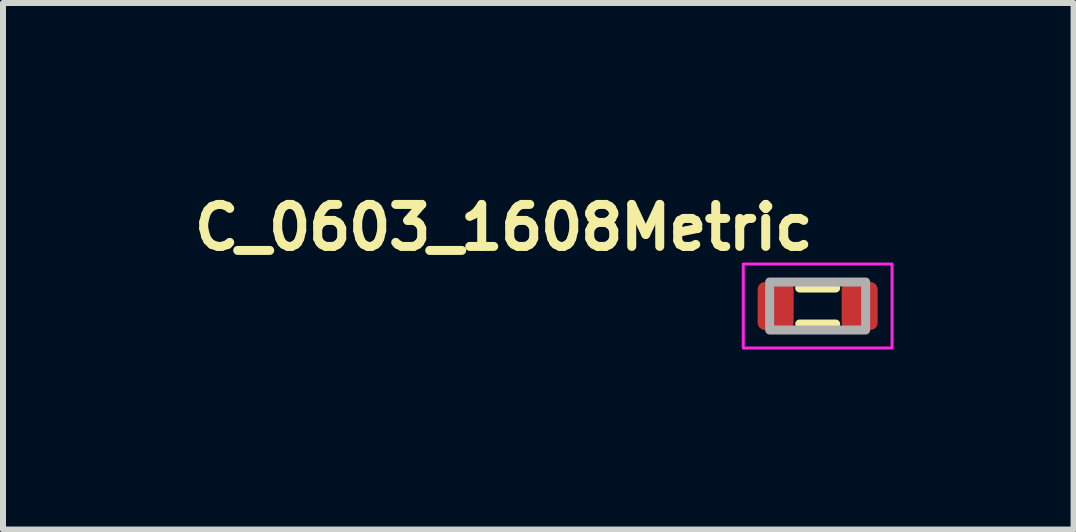
<source format=kicad_pcb>
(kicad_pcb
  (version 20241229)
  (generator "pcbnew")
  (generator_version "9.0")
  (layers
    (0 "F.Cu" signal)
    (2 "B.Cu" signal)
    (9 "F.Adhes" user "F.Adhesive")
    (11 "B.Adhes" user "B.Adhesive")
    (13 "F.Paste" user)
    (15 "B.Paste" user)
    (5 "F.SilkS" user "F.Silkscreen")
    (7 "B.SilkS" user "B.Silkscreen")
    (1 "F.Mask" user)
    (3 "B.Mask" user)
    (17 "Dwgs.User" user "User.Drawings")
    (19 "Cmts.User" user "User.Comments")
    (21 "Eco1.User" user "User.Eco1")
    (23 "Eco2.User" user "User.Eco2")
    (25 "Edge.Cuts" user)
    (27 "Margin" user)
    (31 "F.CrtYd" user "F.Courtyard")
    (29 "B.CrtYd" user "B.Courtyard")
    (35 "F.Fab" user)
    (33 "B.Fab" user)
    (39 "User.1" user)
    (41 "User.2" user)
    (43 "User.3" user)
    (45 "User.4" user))
  (footprint "C_0603_1608Metric"
    (layer "F.Cu")
    (at 10.577 2.05)
    (property "Reference" "C_0603_1608Metric" (at 0 -0.9 0) (layer "F.SilkS") (effects (font (size 0.7 0.7) (thickness 0.15)) (justify right bottom)))
    (attr smd)
    (fp_line (start -0.3 -0.3) (end 0.3 -0.3) (stroke (width 0.15) (type solid)) (layer "F.SilkS"))
    (fp_line (start -0.3 0.3) (end 0.3 0.3) (stroke (width 0.15) (type solid)) (layer "F.SilkS"))
    (fp_rect (start -1.24 -0.7) (end 1.24 0.7) (stroke (width 0.05) (type solid)) (fill no) (layer "F.CrtYd"))
    (fp_rect (start -0.8 -0.4) (end 0.8 0.4) (stroke (width 0.15) (type solid)) (fill no) (layer "F.Fab"))
    (fp_rect (start -0.8 -0.45) (end 0.8 0.45) (stroke (width 0.1) (type solid)) (fill no) (layer "User.5"))
    (fp_line (start -0.801 -0.434) (end -0.801 -0.434) (stroke (width 0.02) (type solid)) (layer "User.9"))
    (fp_line (start -0.801 -0.434) (end -0.801 0.432) (stroke (width 0.02) (type solid)) (layer "User.9"))
    (fp_line (start -0.801 -0.434) (end -0.8 -0.434) (stroke (width 0.02) (type solid)) (layer "User.9"))
    (fp_line (start -0.801 0.432) (end -0.801 0.432) (stroke (width 0.02) (type solid)) (layer "User.9"))
    (fp_line (start -0.801 0.432) (end -0.8 0.433) (stroke (width 0.02) (type solid)) (layer "User.9"))
    (fp_line (start -0.8 -0.44) (end -0.8 -0.439) (stroke (width 0.02) (type solid)) (layer "User.9"))
    (fp_line (start -0.8 -0.439) (end -0.8 -0.438) (stroke (width 0.02) (type solid)) (layer "User.9"))
    (fp_line (start -0.8 -0.438) (end -0.8 -0.438) (stroke (width 0.02) (type solid)) (layer "User.9"))
    (fp_line (start -0.8 -0.438) (end -0.8 -0.437) (stroke (width 0.02) (type solid)) (layer "User.9"))
    (fp_line (start -0.8 -0.437) (end -0.8 -0.436) (stroke (width 0.02) (type solid)) (layer "User.9"))
    (fp_line (start -0.8 -0.436) (end -0.8 -0.435) (stroke (width 0.02) (type solid)) (layer "User.9"))
    (fp_line (start -0.8 -0.435) (end -0.801 -0.434) (stroke (width 0.02) (type solid)) (layer "User.9"))
    (fp_line (start -0.8 -0.434) (end -0.8 -0.433) (stroke (width 0.02) (type solid)) (layer "User.9"))
    (fp_line (start -0.8 -0.433) (end -0.8 -0.432) (stroke (width 0.02) (type solid)) (layer "User.9"))
    (fp_line (start -0.8 -0.432) (end -0.8 -0.431) (stroke (width 0.02) (type solid)) (layer "User.9"))
    (fp_line (start -0.8 -0.431) (end -0.8 -0.431) (stroke (width 0.02) (type solid)) (layer "User.9"))
    (fp_line (start -0.8 -0.431) (end -0.8 -0.43) (stroke (width 0.02) (type solid)) (layer "User.9"))
    (fp_line (start -0.8 -0.43) (end -0.8 -0.429) (stroke (width 0.02) (type solid)) (layer "User.9"))
    (fp_line (start -0.8 -0.429) (end -0.799 -0.428) (stroke (width 0.02) (type solid)) (layer "User.9"))
    (fp_line (start -0.8 0.427) (end -0.8 0.428) (stroke (width 0.02) (type solid)) (layer "User.9"))
    (fp_line (start -0.8 0.428) (end -0.8 0.429) (stroke (width 0.02) (type solid)) (layer "User.9"))
    (fp_line (start -0.8 0.429) (end -0.8 0.429) (stroke (width 0.02) (type solid)) (layer "User.9"))
    (fp_line (start -0.8 0.429) (end -0.8 0.43) (stroke (width 0.02) (type solid)) (layer "User.9"))
    (fp_line (start -0.8 0.43) (end -0.8 0.431) (stroke (width 0.02) (type solid)) (layer "User.9"))
    (fp_line (start -0.8 0.431) (end -0.8 0.432) (stroke (width 0.02) (type solid)) (layer "User.9"))
    (fp_line (start -0.8 0.432) (end -0.801 0.432) (stroke (width 0.02) (type solid)) (layer "User.9"))
    (fp_line (start -0.8 0.433) (end -0.8 0.434) (stroke (width 0.02) (type solid)) (layer "User.9"))
    (fp_line (start -0.8 0.434) (end -0.8 0.435) (stroke (width 0.02) (type solid)) (layer "User.9"))
    (fp_line (start -0.8 0.435) (end -0.8 0.436) (stroke (width 0.02) (type solid)) (layer "User.9"))
    (fp_line (start -0.8 0.436) (end -0.8 0.436) (stroke (width 0.02) (type solid)) (layer "User.9"))
    (fp_line (start -0.8 0.436) (end -0.8 0.437) (stroke (width 0.02) (type solid)) (layer "User.9"))
    (fp_line (start -0.8 0.437) (end -0.8 0.438) (stroke (width 0.02) (type solid)) (layer "User.9"))
    (fp_line (start -0.8 0.438) (end -0.799 0.439) (stroke (width 0.02) (type solid)) (layer "User.9"))
    (fp_line (start -0.799 -0.442) (end -0.799 -0.441) (stroke (width 0.02) (type solid)) (layer "User.9"))
    (fp_line (start -0.799 -0.441) (end -0.8 -0.44) (stroke (width 0.02) (type solid)) (layer "User.9"))
    (fp_line (start -0.799 -0.441) (end -0.799 -0.441) (stroke (width 0.02) (type solid)) (layer "User.9"))
    (fp_line (start -0.799 -0.428) (end -0.799 -0.428) (stroke (width 0.02) (type solid)) (layer "User.9"))
    (fp_line (start -0.799 -0.428) (end -0.799 -0.427) (stroke (width 0.02) (type solid)) (layer "User.9"))
    (fp_line (start -0.799 -0.427) (end -0.798 -0.426) (stroke (width 0.02) (type solid)) (layer "User.9"))
    (fp_line (start -0.799 0.425) (end -0.799 0.426) (stroke (width 0.02) (type solid)) (layer "User.9"))
    (fp_line (start -0.799 0.426) (end -0.8 0.427) (stroke (width 0.02) (type solid)) (layer "User.9"))
    (fp_line (start -0.799 0.426) (end -0.799 0.426) (stroke (width 0.02) (type solid)) (layer "User.9"))
    (fp_line (start -0.799 0.439) (end -0.799 0.439) (stroke (width 0.02) (type solid)) (layer "User.9"))
    (fp_line (start -0.799 0.439) (end -0.799 0.44) (stroke (width 0.02) (type solid)) (layer "User.9"))
    (fp_line (start -0.799 0.44) (end -0.798 0.441) (stroke (width 0.02) (type solid)) (layer "User.9"))
    (fp_line (start -0.798 -0.443) (end -0.799 -0.442) (stroke (width 0.02) (type solid)) (layer "User.9"))
    (fp_line (start -0.798 -0.443) (end -0.798 -0.443) (stroke (width 0.02) (type solid)) (layer "User.9"))
    (fp_line (start -0.798 -0.426) (end -0.798 -0.426) (stroke (width 0.02) (type solid)) (layer "User.9"))
    (fp_line (start -0.798 -0.426) (end -0.797 -0.425) (stroke (width 0.02) (type solid)) (layer "User.9"))
    (fp_line (start -0.798 0.424) (end -0.799 0.425) (stroke (width 0.02) (type solid)) (layer "User.9"))
    (fp_line (start -0.798 0.424) (end -0.798 0.424) (stroke (width 0.02) (type solid)) (layer "User.9"))
    (fp_line (start -0.798 0.441) (end -0.798 0.441) (stroke (width 0.02) (type solid)) (layer "User.9"))
    (fp_line (start -0.798 0.441) (end -0.797 0.442) (stroke (width 0.02) (type solid)) (layer "User.9"))
    (fp_line (start -0.797 -0.445) (end -0.797 -0.444) (stroke (width 0.02) (type solid)) (layer "User.9"))
    (fp_line (start -0.797 -0.444) (end -0.798 -0.443) (stroke (width 0.02) (type solid)) (layer "User.9"))
    (fp_line (start -0.797 -0.425) (end -0.797 -0.424) (stroke (width 0.02) (type solid)) (layer "User.9"))
    (fp_line (start -0.797 -0.424) (end -0.796 -0.424) (stroke (width 0.02) (type solid)) (layer "User.9"))
    (fp_line (start -0.797 0.422) (end -0.797 0.423) (stroke (width 0.02) (type solid)) (layer "User.9"))
    (fp_line (start -0.797 0.423) (end -0.798 0.424) (stroke (width 0.02) (type solid)) (layer "User.9"))
    (fp_line (start -0.797 0.442) (end -0.797 0.443) (stroke (width 0.02) (type solid)) (layer "User.9"))
    (fp_line (start -0.797 0.443) (end -0.796 0.443) (stroke (width 0.02) (type solid)) (layer "User.9"))
    (fp_line (start -0.796 -0.446) (end -0.796 -0.445) (stroke (width 0.02) (type solid)) (layer "User.9"))
    (fp_line (start -0.796 -0.445) (end -0.797 -0.445) (stroke (width 0.02) (type solid)) (layer "User.9"))
    (fp_line (start -0.796 -0.424) (end -0.796 -0.423) (stroke (width 0.02) (type solid)) (layer "User.9"))
    (fp_line (start -0.796 -0.423) (end -0.795 -0.423) (stroke (width 0.02) (type solid)) (layer "User.9"))
    (fp_line (start -0.796 0.421) (end -0.796 0.422) (stroke (width 0.02) (type solid)) (layer "User.9"))
    (fp_line (start -0.796 0.422) (end -0.797 0.422) (stroke (width 0.02) (type solid)) (layer "User.9"))
    (fp_line (start -0.796 0.443) (end -0.796 0.444) (stroke (width 0.02) (type solid)) (layer "User.9"))
    (fp_line (start -0.796 0.444) (end -0.795 0.444) (stroke (width 0.02) (type solid)) (layer "User.9"))
    (fp_line (start -0.795 -0.447) (end -0.795 -0.446) (stroke (width 0.02) (type solid)) (layer "User.9"))
    (fp_line (start -0.795 -0.446) (end -0.796 -0.446) (stroke (width 0.02) (type solid)) (layer "User.9"))
    (fp_line (start -0.795 -0.423) (end -0.795 -0.422) (stroke (width 0.02) (type solid)) (layer "User.9"))
    (fp_line (start -0.795 -0.422) (end -0.794 -0.422) (stroke (width 0.02) (type solid)) (layer "User.9"))
    (fp_line (start -0.795 0.42) (end -0.795 0.421) (stroke (width 0.02) (type solid)) (layer "User.9"))
    (fp_line (start -0.795 0.421) (end -0.796 0.421) (stroke (width 0.02) (type solid)) (layer "User.9"))
    (fp_line (start -0.795 0.444) (end -0.795 0.445) (stroke (width 0.02) (type solid)) (layer "User.9"))
    (fp_line (start -0.795 0.445) (end -0.794 0.445) (stroke (width 0.02) (type solid)) (layer "User.9"))
    (fp_line (start -0.794 -0.447) (end -0.795 -0.447) (stroke (width 0.02) (type solid)) (layer "User.9"))
    (fp_line (start -0.794 -0.422) (end -0.793 -0.421) (stroke (width 0.02) (type solid)) (layer "User.9"))
    (fp_line (start -0.794 0.42) (end -0.795 0.42) (stroke (width 0.02) (type solid)) (layer "User.9"))
    (fp_line (start -0.794 0.445) (end -0.793 0.446) (stroke (width 0.02) (type solid)) (layer "User.9"))
    (fp_line (start -0.793 -0.448) (end -0.794 -0.447) (stroke (width 0.02) (type solid)) (layer "User.9"))
    (fp_line (start -0.793 -0.448) (end -0.793 -0.448) (stroke (width 0.02) (type solid)) (layer "User.9"))
    (fp_line (start -0.793 -0.421) (end -0.793 -0.421) (stroke (width 0.02) (type solid)) (layer "User.9"))
    (fp_line (start -0.793 -0.421) (end -0.792 -0.42) (stroke (width 0.02) (type solid)) (layer "User.9"))
    (fp_line (start -0.793 0.419) (end -0.794 0.42) (stroke (width 0.02) (type solid)) (layer "User.9"))
    (fp_line (start -0.793 0.419) (end -0.793 0.419) (stroke (width 0.02) (type solid)) (layer "User.9"))
    (fp_line (start -0.793 0.446) (end -0.793 0.446) (stroke (width 0.02) (type solid)) (layer "User.9"))
    (fp_line (start -0.793 0.446) (end -0.792 0.448) (stroke (width 0.02) (type solid)) (layer "User.9"))
    (fp_line (start -0.792 -0.45) (end -0.793 -0.448) (stroke (width 0.02) (type solid)) (layer "User.9"))
    (fp_line (start -0.792 -0.42) (end -0.791 -0.42) (stroke (width 0.02) (type solid)) (layer "User.9"))
    (fp_line (start -0.792 0.418) (end -0.793 0.419) (stroke (width 0.02) (type solid)) (layer "User.9"))
    (fp_line (start -0.792 0.448) (end -0.791 0.448) (stroke (width 0.02) (type solid)) (layer "User.9"))
    (fp_line (start -0.791 -0.45) (end -0.792 -0.45) (stroke (width 0.02) (type solid)) (layer "User.9"))
    (fp_line (start -0.791 -0.45) (end -0.791 -0.45) (stroke (width 0.02) (type solid)) (layer "User.9"))
    (fp_line (start -0.791 -0.42) (end -0.791 -0.42) (stroke (width 0.02) (type solid)) (layer "User.9"))
    (fp_line (start -0.791 -0.42) (end -0.79 -0.419) (stroke (width 0.02) (type solid)) (layer "User.9"))
    (fp_line (start -0.791 0.418) (end -0.792 0.418) (stroke (width 0.02) (type solid)) (layer "User.9"))
    (fp_line (start -0.791 0.418) (end -0.791 0.418) (stroke (width 0.02) (type solid)) (layer "User.9"))
    (fp_line (start -0.791 0.448) (end -0.791 0.448) (stroke (width 0.02) (type solid)) (layer "User.9"))
    (fp_line (start -0.791 0.448) (end -0.79 0.449) (stroke (width 0.02) (type solid)) (layer "User.9"))
    (fp_line (start -0.79 -0.451) (end -0.791 -0.45) (stroke (width 0.02) (type solid)) (layer "User.9"))
    (fp_line (start -0.79 -0.419) (end -0.789 -0.419) (stroke (width 0.02) (type solid)) (layer "User.9"))
    (fp_line (start -0.79 0.417) (end -0.791 0.418) (stroke (width 0.02) (type solid)) (layer "User.9"))
    (fp_line (start -0.79 0.449) (end -0.789 0.449) (stroke (width 0.02) (type solid)) (layer "User.9"))
    (fp_line (start -0.789 -0.451) (end -0.79 -0.451) (stroke (width 0.02) (type solid)) (layer "User.9"))
    (fp_line (start -0.789 -0.419) (end -0.788 -0.419) (stroke (width 0.02) (type solid)) (layer "User.9"))
    (fp_line (start -0.789 0.417) (end -0.79 0.417) (stroke (width 0.02) (type solid)) (layer "User.9"))
    (fp_line (start -0.789 0.449) (end -0.788 0.449) (stroke (width 0.02) (type solid)) (layer "User.9"))
    (fp_line (start -0.788 -0.451) (end -0.789 -0.451) (stroke (width 0.02) (type solid)) (layer "User.9"))
    (fp_line (start -0.788 -0.451) (end -0.788 -0.451) (stroke (width 0.02) (type solid)) (layer "User.9"))
    (fp_line (start -0.788 -0.419) (end -0.788 -0.419) (stroke (width 0.02) (type solid)) (layer "User.9"))
    (fp_line (start -0.788 -0.419) (end -0.787 -0.419) (stroke (width 0.02) (type solid)) (layer "User.9"))
    (fp_line (start -0.788 0.417) (end -0.789 0.417) (stroke (width 0.02) (type solid)) (layer "User.9"))
    (fp_line (start -0.788 0.417) (end -0.788 0.417) (stroke (width 0.02) (type solid)) (layer "User.9"))
    (fp_line (start -0.788 0.449) (end -0.788 0.449) (stroke (width 0.02) (type solid)) (layer "User.9"))
    (fp_line (start -0.788 0.449) (end -0.787 0.449) (stroke (width 0.02) (type solid)) (layer "User.9"))
    (fp_line (start -0.787 -0.451) (end -0.788 -0.451) (stroke (width 0.02) (type solid)) (layer "User.9"))
    (fp_line (start -0.787 -0.419) (end -0.786 -0.419) (stroke (width 0.02) (type solid)) (layer "User.9"))
    (fp_line (start -0.787 0.417) (end -0.788 0.417) (stroke (width 0.02) (type solid)) (layer "User.9"))
    (fp_line (start -0.787 0.449) (end -0.786 0.449) (stroke (width 0.02) (type solid)) (layer "User.9"))
    (fp_line (start -0.786 -0.451) (end -0.787 -0.451) (stroke (width 0.02) (type solid)) (layer "User.9"))
    (fp_line (start -0.786 -0.419) (end -0.785 -0.419) (stroke (width 0.02) (type solid)) (layer "User.9"))
    (fp_line (start -0.786 0.417) (end -0.787 0.417) (stroke (width 0.02) (type solid)) (layer "User.9"))
    (fp_line (start -0.786 0.449) (end -0.785 0.449) (stroke (width 0.02) (type solid)) (layer "User.9"))
    (fp_line (start -0.785 -0.452) (end -0.785 -0.452) (stroke (width 0.02) (type solid)) (layer "User.9"))
    (fp_line (start -0.785 -0.452) (end -0.785 -0.451) (stroke (width 0.02) (type solid)) (layer "User.9"))
    (fp_line (start -0.785 -0.451) (end -0.786 -0.451) (stroke (width 0.02) (type solid)) (layer "User.9"))
    (fp_line (start -0.785 -0.419) (end -0.785 -0.418) (stroke (width 0.02) (type solid)) (layer "User.9"))
    (fp_line (start -0.785 -0.418) (end -0.785 -0.418) (stroke (width 0.02) (type solid)) (layer "User.9"))
    (fp_line (start -0.785 -0.418) (end -0.784 -0.419) (stroke (width 0.02) (type solid)) (layer "User.9"))
    (fp_line (start -0.785 0.416) (end -0.785 0.416) (stroke (width 0.02) (type solid)) (layer "User.9"))
    (fp_line (start -0.785 0.416) (end -0.785 0.417) (stroke (width 0.02) (type solid)) (layer "User.9"))
    (fp_line (start -0.785 0.417) (end -0.786 0.417) (stroke (width 0.02) (type solid)) (layer "User.9"))
    (fp_line (start -0.785 0.449) (end -0.785 0.45) (stroke (width 0.02) (type solid)) (layer "User.9"))
    (fp_line (start -0.785 0.45) (end -0.785 0.45) (stroke (width 0.02) (type solid)) (layer "User.9"))
    (fp_line (start -0.785 0.45) (end -0.784 0.449) (stroke (width 0.02) (type solid)) (layer "User.9"))
    (fp_line (start -0.784 -0.451) (end -0.785 -0.452) (stroke (width 0.02) (type solid)) (layer "User.9"))
    (fp_line (start -0.784 -0.419) (end -0.783 -0.419) (stroke (width 0.02) (type solid)) (layer "User.9"))
    (fp_line (start -0.784 0.417) (end -0.785 0.416) (stroke (width 0.02) (type solid)) (layer "User.9"))
    (fp_line (start -0.784 0.449) (end -0.783 0.449) (stroke (width 0.02) (type solid)) (layer "User.9"))
    (fp_line (start -0.783 -0.451) (end -0.784 -0.451) (stroke (width 0.02) (type solid)) (layer "User.9"))
    (fp_line (start -0.783 -0.419) (end -0.782 -0.419) (stroke (width 0.02) (type solid)) (layer "User.9"))
    (fp_line (start -0.783 0.417) (end -0.784 0.417) (stroke (width 0.02) (type solid)) (layer "User.9"))
    (fp_line (start -0.783 0.449) (end -0.782 0.449) (stroke (width 0.02) (type solid)) (layer "User.9"))
    (fp_line (start -0.782 -0.451) (end -0.783 -0.451) (stroke (width 0.02) (type solid)) (layer "User.9"))
    (fp_line (start -0.782 -0.419) (end -0.781 -0.419) (stroke (width 0.02) (type solid)) (layer "User.9"))
    (fp_line (start -0.782 0.417) (end -0.783 0.417) (stroke (width 0.02) (type solid)) (layer "User.9"))
    (fp_line (start -0.782 0.449) (end -0.781 0.449) (stroke (width 0.02) (type solid)) (layer "User.9"))
    (fp_line (start -0.781 -0.451) (end -0.782 -0.451) (stroke (width 0.02) (type solid)) (layer "User.9"))
    (fp_line (start -0.781 -0.451) (end -0.781 -0.451) (stroke (width 0.02) (type solid)) (layer "User.9"))
    (fp_line (start -0.781 -0.419) (end -0.781 -0.419) (stroke (width 0.02) (type solid)) (layer "User.9"))
    (fp_line (start -0.781 -0.419) (end -0.78 -0.419) (stroke (width 0.02) (type solid)) (layer "User.9"))
    (fp_line (start -0.781 0.417) (end -0.782 0.417) (stroke (width 0.02) (type solid)) (layer "User.9"))
    (fp_line (start -0.781 0.417) (end -0.781 0.417) (stroke (width 0.02) (type solid)) (layer "User.9"))
    (fp_line (start -0.781 0.449) (end -0.781 0.449) (stroke (width 0.02) (type solid)) (layer "User.9"))
    (fp_line (start -0.781 0.449) (end -0.78 0.449) (stroke (width 0.02) (type solid)) (layer "User.9"))
    (fp_line (start -0.78 -0.451) (end -0.781 -0.451) (stroke (width 0.02) (type solid)) (layer "User.9"))
    (fp_line (start -0.78 -0.419) (end -0.779 -0.419) (stroke (width 0.02) (type solid)) (layer "User.9"))
    (fp_line (start -0.78 0.417) (end -0.781 0.417) (stroke (width 0.02) (type solid)) (layer "User.9"))
    (fp_line (start -0.78 0.449) (end -0.779 0.449) (stroke (width 0.02) (type solid)) (layer "User.9"))
    (fp_line (start -0.779 -0.451) (end -0.78 -0.451) (stroke (width 0.02) (type solid)) (layer "User.9"))
    (fp_line (start -0.779 -0.419) (end -0.778 -0.42) (stroke (width 0.02) (type solid)) (layer "User.9"))
    (fp_line (start -0.779 0.417) (end -0.78 0.417) (stroke (width 0.02) (type solid)) (layer "User.9"))
    (fp_line (start -0.779 0.449) (end -0.778 0.448) (stroke (width 0.02) (type solid)) (layer "User.9"))
    (fp_line (start -0.778 -0.45) (end -0.779 -0.451) (stroke (width 0.02) (type solid)) (layer "User.9"))
    (fp_line (start -0.778 -0.45) (end -0.778 -0.45) (stroke (width 0.02) (type solid)) (layer "User.9"))
    (fp_line (start -0.778 -0.42) (end -0.778 -0.42) (stroke (width 0.02) (type solid)) (layer "User.9"))
    (fp_line (start -0.778 -0.42) (end -0.777 -0.42) (stroke (width 0.02) (type solid)) (layer "User.9"))
    (fp_line (start -0.778 0.418) (end -0.779 0.417) (stroke (width 0.02) (type solid)) (layer "User.9"))
    (fp_line (start -0.778 0.418) (end -0.778 0.418) (stroke (width 0.02) (type solid)) (layer "User.9"))
    (fp_line (start -0.778 0.448) (end -0.778 0.448) (stroke (width 0.02) (type solid)) (layer "User.9"))
    (fp_line (start -0.778 0.448) (end -0.777 0.448) (stroke (width 0.02) (type solid)) (layer "User.9"))
    (fp_line (start -0.777 -0.45) (end -0.778 -0.45) (stroke (width 0.02) (type solid)) (layer "User.9"))
    (fp_line (start -0.777 -0.42) (end -0.776 -0.421) (stroke (width 0.02) (type solid)) (layer "User.9"))
    (fp_line (start -0.777 0.418) (end -0.778 0.418) (stroke (width 0.02) (type solid)) (layer "User.9"))
    (fp_line (start -0.777 0.448) (end -0.776 0.446) (stroke (width 0.02) (type solid)) (layer "User.9"))
    (fp_line (start -0.776 -0.448) (end -0.777 -0.45) (stroke (width 0.02) (type solid)) (layer "User.9"))
    (fp_line (start -0.776 -0.448) (end -0.776 -0.448) (stroke (width 0.02) (type solid)) (layer "User.9"))
    (fp_line (start -0.776 -0.421) (end -0.776 -0.421) (stroke (width 0.02) (type solid)) (layer "User.9"))
    (fp_line (start -0.776 -0.421) (end -0.775 -0.422) (stroke (width 0.02) (type solid)) (layer "User.9"))
    (fp_line (start -0.776 0.419) (end -0.777 0.418) (stroke (width 0.02) (type solid)) (layer "User.9"))
    (fp_line (start -0.776 0.419) (end -0.776 0.419) (stroke (width 0.02) (type solid)) (layer "User.9"))
    (fp_line (start -0.776 0.446) (end -0.776 0.446) (stroke (width 0.02) (type solid)) (layer "User.9"))
    (fp_line (start -0.776 0.446) (end -0.775 0.445) (stroke (width 0.02) (type solid)) (layer "User.9"))
    (fp_line (start -0.775 -0.447) (end -0.776 -0.448) (stroke (width 0.02) (type solid)) (layer "User.9"))
    (fp_line (start -0.775 -0.422) (end -0.774 -0.422) (stroke (width 0.02) (type solid)) (layer "User.9"))
    (fp_line (start -0.775 0.42) (end -0.776 0.419) (stroke (width 0.02) (type solid)) (layer "User.9"))
    (fp_line (start -0.775 0.445) (end -0.774 0.445) (stroke (width 0.02) (type solid)) (layer "User.9"))
    (fp_line (start -0.774 -0.447) (end -0.775 -0.447) (stroke (width 0.02) (type solid)) (layer "User.9"))
    (fp_line (start -0.774 -0.446) (end -0.774 -0.447) (stroke (width 0.02) (type solid)) (layer "User.9"))
    (fp_line (start -0.774 -0.423) (end -0.773 -0.423) (stroke (width 0.02) (type solid)) (layer "User.9"))
    (fp_line (start -0.774 -0.422) (end -0.774 -0.423) (stroke (width 0.02) (type solid)) (layer "User.9"))
    (fp_line (start -0.774 0.42) (end -0.775 0.42) (stroke (width 0.02) (type solid)) (layer "User.9"))
    (fp_line (start -0.774 0.421) (end -0.774 0.42) (stroke (width 0.02) (type solid)) (layer "User.9"))
    (fp_line (start -0.774 0.444) (end -0.773 0.444) (stroke (width 0.02) (type solid)) (layer "User.9"))
    (fp_line (start -0.774 0.445) (end -0.774 0.444) (stroke (width 0.02) (type solid)) (layer "User.9"))
    (fp_line (start -0.773 -0.446) (end -0.774 -0.446) (stroke (width 0.02) (type solid)) (layer "User.9"))
    (fp_line (start -0.773 -0.445) (end -0.773 -0.446) (stroke (width 0.02) (type solid)) (layer "User.9"))
    (fp_line (start -0.773 -0.424) (end -0.772 -0.424) (stroke (width 0.02) (type solid)) (layer "User.9"))
    (fp_line (start -0.773 -0.423) (end -0.773 -0.424) (stroke (width 0.02) (type solid)) (layer "User.9"))
    (fp_line (start -0.773 0.421) (end -0.774 0.421) (stroke (width 0.02) (type solid)) (layer "User.9"))
    (fp_line (start -0.773 0.422) (end -0.773 0.421) (stroke (width 0.02) (type solid)) (layer "User.9"))
    (fp_line (start -0.773 0.443) (end -0.772 0.443) (stroke (width 0.02) (type solid)) (layer "User.9"))
    (fp_line (start -0.773 0.444) (end -0.773 0.443) (stroke (width 0.02) (type solid)) (layer "User.9"))
    (fp_line (start -0.772 -0.445) (end -0.773 -0.445) (stroke (width 0.02) (type solid)) (layer "User.9"))
    (fp_line (start -0.772 -0.444) (end -0.772 -0.445) (stroke (width 0.02) (type solid)) (layer "User.9"))
    (fp_line (start -0.772 -0.425) (end -0.771 -0.426) (stroke (width 0.02) (type solid)) (layer "User.9"))
    (fp_line (start -0.772 -0.424) (end -0.772 -0.425) (stroke (width 0.02) (type solid)) (layer "User.9"))
    (fp_line (start -0.772 0.422) (end -0.773 0.422) (stroke (width 0.02) (type solid)) (layer "User.9"))
    (fp_line (start -0.772 0.423) (end -0.772 0.422) (stroke (width 0.02) (type solid)) (layer "User.9"))
    (fp_line (start -0.772 0.442) (end -0.771 0.441) (stroke (width 0.02) (type solid)) (layer "User.9"))
    (fp_line (start -0.772 0.443) (end -0.772 0.442) (stroke (width 0.02) (type solid)) (layer "User.9"))
    (fp_line (start -0.771 -0.443) (end -0.772 -0.444) (stroke (width 0.02) (type solid)) (layer "User.9"))
    (fp_line (start -0.771 -0.443) (end -0.771 -0.443) (stroke (width 0.02) (type solid)) (layer "User.9"))
    (fp_line (start -0.771 -0.426) (end -0.771 -0.426) (stroke (width 0.02) (type solid)) (layer "User.9"))
    (fp_line (start -0.771 -0.426) (end -0.77 -0.427) (stroke (width 0.02) (type solid)) (layer "User.9"))
    (fp_line (start -0.771 0.424) (end -0.772 0.423) (stroke (width 0.02) (type solid)) (layer "User.9"))
    (fp_line (start -0.771 0.424) (end -0.771 0.424) (stroke (width 0.02) (type solid)) (layer "User.9"))
    (fp_line (start -0.771 0.441) (end -0.771 0.441) (stroke (width 0.02) (type solid)) (layer "User.9"))
    (fp_line (start -0.771 0.441) (end -0.77 0.44) (stroke (width 0.02) (type solid)) (layer "User.9"))
    (fp_line (start -0.77 -0.442) (end -0.771 -0.443) (stroke (width 0.02) (type solid)) (layer "User.9"))
    (fp_line (start -0.77 -0.441) (end -0.77 -0.442) (stroke (width 0.02) (type solid)) (layer "User.9"))
    (fp_line (start -0.77 -0.441) (end -0.77 -0.441) (stroke (width 0.02) (type solid)) (layer "User.9"))
    (fp_line (start -0.77 -0.428) (end -0.77 -0.428) (stroke (width 0.02) (type solid)) (layer "User.9"))
    (fp_line (start -0.77 -0.428) (end -0.769 -0.429) (stroke (width 0.02) (type solid)) (layer "User.9"))
    (fp_line (start -0.77 -0.427) (end -0.77 -0.428) (stroke (width 0.02) (type solid)) (layer "User.9"))
    (fp_line (start -0.77 0.425) (end -0.771 0.424) (stroke (width 0.02) (type solid)) (layer "User.9"))
    (fp_line (start -0.77 0.426) (end -0.77 0.425) (stroke (width 0.02) (type solid)) (layer "User.9"))
    (fp_line (start -0.77 0.426) (end -0.77 0.426) (stroke (width 0.02) (type solid)) (layer "User.9"))
    (fp_line (start -0.77 0.439) (end -0.77 0.439) (stroke (width 0.02) (type solid)) (layer "User.9"))
    (fp_line (start -0.77 0.439) (end -0.769 0.438) (stroke (width 0.02) (type solid)) (layer "User.9"))
    (fp_line (start -0.77 0.44) (end -0.77 0.439) (stroke (width 0.02) (type solid)) (layer "User.9"))
    (fp_line (start -0.769 -0.44) (end -0.77 -0.441) (stroke (width 0.02) (type solid)) (layer "User.9"))
    (fp_line (start -0.769 -0.439) (end -0.769 -0.44) (stroke (width 0.02) (type solid)) (layer "User.9"))
    (fp_line (start -0.769 -0.438) (end -0.769 -0.439) (stroke (width 0.02) (type solid)) (layer "User.9"))
    (fp_line (start -0.769 -0.438) (end -0.769 -0.438) (stroke (width 0.02) (type solid)) (layer "User.9"))
    (fp_line (start -0.769 -0.437) (end -0.769 -0.438) (stroke (width 0.02) (type solid)) (layer "User.9"))
    (fp_line (start -0.769 -0.436) (end -0.769 -0.437) (stroke (width 0.02) (type solid)) (layer "User.9"))
    (fp_line (start -0.769 -0.435) (end -0.769 -0.436) (stroke (width 0.02) (type solid)) (layer "User.9"))
    (fp_line (start -0.769 -0.434) (end -0.767 -0.434) (stroke (width 0.02) (type solid)) (layer "User.9"))
    (fp_line (start -0.769 -0.433) (end -0.769 -0.434) (stroke (width 0.02) (type solid)) (layer "User.9"))
    (fp_line (start -0.769 -0.432) (end -0.769 -0.433) (stroke (width 0.02) (type solid)) (layer "User.9"))
    (fp_line (start -0.769 -0.431) (end -0.769 -0.432) (stroke (width 0.02) (type solid)) (layer "User.9"))
    (fp_line (start -0.769 -0.431) (end -0.769 -0.431) (stroke (width 0.02) (type solid)) (layer "User.9"))
    (fp_line (start -0.769 -0.43) (end -0.769 -0.431) (stroke (width 0.02) (type solid)) (layer "User.9"))
    (fp_line (start -0.769 -0.429) (end -0.769 -0.43) (stroke (width 0.02) (type solid)) (layer "User.9"))
    (fp_line (start -0.769 0.427) (end -0.77 0.426) (stroke (width 0.02) (type solid)) (layer "User.9"))
    (fp_line (start -0.769 0.428) (end -0.769 0.427) (stroke (width 0.02) (type solid)) (layer "User.9"))
    (fp_line (start -0.769 0.429) (end -0.769 0.428) (stroke (width 0.02) (type solid)) (layer "User.9"))
    (fp_line (start -0.769 0.429) (end -0.769 0.429) (stroke (width 0.02) (type solid)) (layer "User.9"))
    (fp_line (start -0.769 0.43) (end -0.769 0.429) (stroke (width 0.02) (type solid)) (layer "User.9"))
    (fp_line (start -0.769 0.431) (end -0.769 0.43) (stroke (width 0.02) (type solid)) (layer "User.9"))
    (fp_line (start -0.769 0.432) (end -0.769 0.431) (stroke (width 0.02) (type solid)) (layer "User.9"))
    (fp_line (start -0.769 0.433) (end -0.767 0.432) (stroke (width 0.02) (type solid)) (layer "User.9"))
    (fp_line (start -0.769 0.434) (end -0.769 0.433) (stroke (width 0.02) (type solid)) (layer "User.9"))
    (fp_line (start -0.769 0.435) (end -0.769 0.434) (stroke (width 0.02) (type solid)) (layer "User.9"))
    (fp_line (start -0.769 0.436) (end -0.769 0.435) (stroke (width 0.02) (type solid)) (layer "User.9"))
    (fp_line (start -0.769 0.436) (end -0.769 0.436) (stroke (width 0.02) (type solid)) (layer "User.9"))
    (fp_line (start -0.769 0.437) (end -0.769 0.436) (stroke (width 0.02) (type solid)) (layer "User.9"))
    (fp_line (start -0.769 0.438) (end -0.769 0.437) (stroke (width 0.02) (type solid)) (layer "User.9"))
    (fp_line (start -0.767 -0.434) (end -0.769 -0.435) (stroke (width 0.02) (type solid)) (layer "User.9"))
    (fp_line (start -0.767 -0.434) (end -0.767 -0.434) (stroke (width 0.02) (type solid)) (layer "User.9"))
    (fp_line (start -0.767 -0.434) (end -0.767 -0.434) (stroke (width 0.02) (type solid)) (layer "User.9"))
    (fp_line (start -0.767 0.432) (end -0.769 0.432) (stroke (width 0.02) (type solid)) (layer "User.9"))
    (fp_line (start -0.767 0.432) (end -0.767 0.432) (stroke (width 0.02) (type solid)) (layer "User.9"))
    (fp_line (start -0.767 0.432) (end -0.767 0.432) (stroke (width 0.02) (type solid)) (layer "User.9"))
    (fp_line (start -0.451 -0.452) (end -0.785 -0.452) (stroke (width 0.02) (type solid)) (layer "User.9"))
    (fp_line (start -0.451 -0.452) (end -0.451 -0.434) (stroke (width 0.02) (type solid)) (layer "User.9"))
    (fp_line (start -0.451 -0.434) (end -0.451 0.432) (stroke (width 0.02) (type solid)) (layer "User.9"))
    (fp_line (start -0.451 0.432) (end -0.451 0.45) (stroke (width 0.02) (type solid)) (layer "User.9"))
    (fp_line (start -0.451 0.443) (end 0.451 0.443) (stroke (width 0.02) (type solid)) (layer "User.9"))
    (fp_line (start -0.451 0.45) (end -0.785 0.45) (stroke (width 0.02) (type solid)) (layer "User.9"))
    (fp_line (start 0.451 -0.452) (end 0.785 -0.452) (stroke (width 0.02) (type solid)) (layer "User.9"))
    (fp_line (start 0.451 -0.446) (end -0.451 -0.446) (stroke (width 0.02) (type solid)) (layer "User.9"))
    (fp_line (start 0.451 -0.434) (end 0.451 -0.452) (stroke (width 0.02) (type solid)) (layer "User.9"))
    (fp_line (start 0.451 0.432) (end 0.451 -0.434) (stroke (width 0.02) (type solid)) (layer "User.9"))
    (fp_line (start 0.451 0.45) (end 0.451 0.432) (stroke (width 0.02) (type solid)) (layer "User.9"))
    (fp_line (start 0.451 0.45) (end 0.785 0.45) (stroke (width 0.02) (type solid)) (layer "User.9"))
    (fp_line (start 0.769 -0.44) (end 0.769 -0.439) (stroke (width 0.02) (type solid)) (layer "User.9"))
    (fp_line (start 0.769 -0.439) (end 0.769 -0.438) (stroke (width 0.02) (type solid)) (layer "User.9"))
    (fp_line (start 0.769 -0.438) (end 0.769 -0.438) (stroke (width 0.02) (type solid)) (layer "User.9"))
    (fp_line (start 0.769 -0.438) (end 0.769 -0.437) (stroke (width 0.02) (type solid)) (layer "User.9"))
    (fp_line (start 0.769 -0.437) (end 0.769 -0.436) (stroke (width 0.02) (type solid)) (layer "User.9"))
    (fp_line (start 0.769 -0.436) (end 0.769 -0.435) (stroke (width 0.02) (type solid)) (layer "User.9"))
    (fp_line (start 0.769 -0.435) (end 0.769 -0.434) (stroke (width 0.02) (type solid)) (layer "User.9"))
    (fp_line (start 0.769 -0.434) (end 0.769 -0.434) (stroke (width 0.02) (type solid)) (layer "User.9"))
    (fp_line (start 0.769 -0.434) (end 0.769 -0.434) (stroke (width 0.02) (type solid)) (layer "User.9"))
    (fp_line (start 0.769 -0.434) (end 0.769 -0.433) (stroke (width 0.02) (type solid)) (layer "User.9"))
    (fp_line (start 0.769 -0.433) (end 0.769 -0.432) (stroke (width 0.02) (type solid)) (layer "User.9"))
    (fp_line (start 0.769 -0.432) (end 0.769 -0.431) (stroke (width 0.02) (type solid)) (layer "User.9"))
    (fp_line (start 0.769 -0.431) (end 0.769 -0.431) (stroke (width 0.02) (type solid)) (layer "User.9"))
    (fp_line (start 0.769 -0.431) (end 0.769 -0.43) (stroke (width 0.02) (type solid)) (layer "User.9"))
    (fp_line (start 0.769 -0.43) (end 0.769 -0.429) (stroke (width 0.02) (type solid)) (layer "User.9"))
    (fp_line (start 0.769 -0.429) (end 0.77 -0.428) (stroke (width 0.02) (type solid)) (layer "User.9"))
    (fp_line (start 0.769 0.427) (end 0.769 0.428) (stroke (width 0.02) (type solid)) (layer "User.9"))
    (fp_line (start 0.769 0.428) (end 0.769 0.429) (stroke (width 0.02) (type solid)) (layer "User.9"))
    (fp_line (start 0.769 0.429) (end 0.769 0.429) (stroke (width 0.02) (type solid)) (layer "User.9"))
    (fp_line (start 0.769 0.429) (end 0.769 0.43) (stroke (width 0.02) (type solid)) (layer "User.9"))
    (fp_line (start 0.769 0.43) (end 0.769 0.431) (stroke (width 0.02) (type solid)) (layer "User.9"))
    (fp_line (start 0.769 0.431) (end 0.769 0.432) (stroke (width 0.02) (type solid)) (layer "User.9"))
    (fp_line (start 0.769 0.432) (end 0.769 0.432) (stroke (width 0.02) (type solid)) (layer "User.9"))
    (fp_line (start 0.769 0.432) (end 0.769 0.432) (stroke (width 0.02) (type solid)) (layer "User.9"))
    (fp_line (start 0.769 0.432) (end 0.769 0.433) (stroke (width 0.02) (type solid)) (layer "User.9"))
    (fp_line (start 0.769 0.433) (end 0.769 0.434) (stroke (width 0.02) (type solid)) (layer "User.9"))
    (fp_line (start 0.769 0.434) (end 0.769 0.435) (stroke (width 0.02) (type solid)) (layer "User.9"))
    (fp_line (start 0.769 0.435) (end 0.769 0.436) (stroke (width 0.02) (type solid)) (layer "User.9"))
    (fp_line (start 0.769 0.436) (end 0.769 0.436) (stroke (width 0.02) (type solid)) (layer "User.9"))
    (fp_line (start 0.769 0.436) (end 0.769 0.437) (stroke (width 0.02) (type solid)) (layer "User.9"))
    (fp_line (start 0.769 0.437) (end 0.769 0.438) (stroke (width 0.02) (type solid)) (layer "User.9"))
    (fp_line (start 0.769 0.438) (end 0.77 0.439) (stroke (width 0.02) (type solid)) (layer "User.9"))
    (fp_line (start 0.77 -0.442) (end 0.77 -0.441) (stroke (width 0.02) (type solid)) (layer "User.9"))
    (fp_line (start 0.77 -0.441) (end 0.769 -0.44) (stroke (width 0.02) (type solid)) (layer "User.9"))
    (fp_line (start 0.77 -0.441) (end 0.77 -0.441) (stroke (width 0.02) (type solid)) (layer "User.9"))
    (fp_line (start 0.77 -0.428) (end 0.77 -0.428) (stroke (width 0.02) (type solid)) (layer "User.9"))
    (fp_line (start 0.77 -0.428) (end 0.77 -0.427) (stroke (width 0.02) (type solid)) (layer "User.9"))
    (fp_line (start 0.77 -0.427) (end 0.771 -0.426) (stroke (width 0.02) (type solid)) (layer "User.9"))
    (fp_line (start 0.77 0.425) (end 0.77 0.426) (stroke (width 0.02) (type solid)) (layer "User.9"))
    (fp_line (start 0.77 0.426) (end 0.769 0.427) (stroke (width 0.02) (type solid)) (layer "User.9"))
    (fp_line (start 0.77 0.426) (end 0.77 0.426) (stroke (width 0.02) (type solid)) (layer "User.9"))
    (fp_line (start 0.77 0.439) (end 0.77 0.439) (stroke (width 0.02) (type solid)) (layer "User.9"))
    (fp_line (start 0.77 0.439) (end 0.77 0.44) (stroke (width 0.02) (type solid)) (layer "User.9"))
    (fp_line (start 0.77 0.44) (end 0.771 0.441) (stroke (width 0.02) (type solid)) (layer "User.9"))
    (fp_line (start 0.771 -0.443) (end 0.77 -0.442) (stroke (width 0.02) (type solid)) (layer "User.9"))
    (fp_line (start 0.771 -0.443) (end 0.771 -0.443) (stroke (width 0.02) (type solid)) (layer "User.9"))
    (fp_line (start 0.771 -0.426) (end 0.771 -0.426) (stroke (width 0.02) (type solid)) (layer "User.9"))
    (fp_line (start 0.771 -0.426) (end 0.772 -0.425) (stroke (width 0.02) (type solid)) (layer "User.9"))
    (fp_line (start 0.771 0.424) (end 0.77 0.425) (stroke (width 0.02) (type solid)) (layer "User.9"))
    (fp_line (start 0.771 0.424) (end 0.771 0.424) (stroke (width 0.02) (type solid)) (layer "User.9"))
    (fp_line (start 0.771 0.441) (end 0.771 0.441) (stroke (width 0.02) (type solid)) (layer "User.9"))
    (fp_line (start 0.771 0.441) (end 0.772 0.442) (stroke (width 0.02) (type solid)) (layer "User.9"))
    (fp_line (start 0.772 -0.445) (end 0.772 -0.444) (stroke (width 0.02) (type solid)) (layer "User.9"))
    (fp_line (start 0.772 -0.444) (end 0.771 -0.443) (stroke (width 0.02) (type solid)) (layer "User.9"))
    (fp_line (start 0.772 -0.425) (end 0.772 -0.424) (stroke (width 0.02) (type solid)) (layer "User.9"))
    (fp_line (start 0.772 -0.424) (end 0.773 -0.424) (stroke (width 0.02) (type solid)) (layer "User.9"))
    (fp_line (start 0.772 0.422) (end 0.772 0.423) (stroke (width 0.02) (type solid)) (layer "User.9"))
    (fp_line (start 0.772 0.423) (end 0.771 0.424) (stroke (width 0.02) (type solid)) (layer "User.9"))
    (fp_line (start 0.772 0.442) (end 0.772 0.443) (stroke (width 0.02) (type solid)) (layer "User.9"))
    (fp_line (start 0.772 0.443) (end 0.773 0.443) (stroke (width 0.02) (type solid)) (layer "User.9"))
    (fp_line (start 0.773 -0.446) (end 0.773 -0.445) (stroke (width 0.02) (type solid)) (layer "User.9"))
    (fp_line (start 0.773 -0.445) (end 0.772 -0.445) (stroke (width 0.02) (type solid)) (layer "User.9"))
    (fp_line (start 0.773 -0.424) (end 0.773 -0.423) (stroke (width 0.02) (type solid)) (layer "User.9"))
    (fp_line (start 0.773 -0.423) (end 0.774 -0.423) (stroke (width 0.02) (type solid)) (layer "User.9"))
    (fp_line (start 0.773 0.421) (end 0.773 0.422) (stroke (width 0.02) (type solid)) (layer "User.9"))
    (fp_line (start 0.773 0.422) (end 0.772 0.422) (stroke (width 0.02) (type solid)) (layer "User.9"))
    (fp_line (start 0.773 0.443) (end 0.773 0.444) (stroke (width 0.02) (type solid)) (layer "User.9"))
    (fp_line (start 0.773 0.444) (end 0.774 0.444) (stroke (width 0.02) (type solid)) (layer "User.9"))
    (fp_line (start 0.774 -0.447) (end 0.774 -0.446) (stroke (width 0.02) (type solid)) (layer "User.9"))
    (fp_line (start 0.774 -0.446) (end 0.773 -0.446) (stroke (width 0.02) (type solid)) (layer "User.9"))
    (fp_line (start 0.774 -0.423) (end 0.774 -0.422) (stroke (width 0.02) (type solid)) (layer "User.9"))
    (fp_line (start 0.774 -0.422) (end 0.775 -0.422) (stroke (width 0.02) (type solid)) (layer "User.9"))
    (fp_line (start 0.774 0.42) (end 0.774 0.421) (stroke (width 0.02) (type solid)) (layer "User.9"))
    (fp_line (start 0.774 0.421) (end 0.773 0.421) (stroke (width 0.02) (type solid)) (layer "User.9"))
    (fp_line (start 0.774 0.444) (end 0.774 0.445) (stroke (width 0.02) (type solid)) (layer "User.9"))
    (fp_line (start 0.774 0.445) (end 0.775 0.445) (stroke (width 0.02) (type solid)) (layer "User.9"))
    (fp_line (start 0.775 -0.447) (end 0.774 -0.447) (stroke (width 0.02) (type solid)) (layer "User.9"))
    (fp_line (start 0.775 -0.422) (end 0.776 -0.421) (stroke (width 0.02) (type solid)) (layer "User.9"))
    (fp_line (start 0.775 0.42) (end 0.774 0.42) (stroke (width 0.02) (type solid)) (layer "User.9"))
    (fp_line (start 0.775 0.445) (end 0.776 0.446) (stroke (width 0.02) (type solid)) (layer "User.9"))
    (fp_line (start 0.776 -0.448) (end 0.775 -0.447) (stroke (width 0.02) (type solid)) (layer "User.9"))
    (fp_line (start 0.776 -0.448) (end 0.776 -0.448) (stroke (width 0.02) (type solid)) (layer "User.9"))
    (fp_line (start 0.776 -0.421) (end 0.776 -0.421) (stroke (width 0.02) (type solid)) (layer "User.9"))
    (fp_line (start 0.776 -0.421) (end 0.777 -0.42) (stroke (width 0.02) (type solid)) (layer "User.9"))
    (fp_line (start 0.776 0.419) (end 0.775 0.42) (stroke (width 0.02) (type solid)) (layer "User.9"))
    (fp_line (start 0.776 0.419) (end 0.776 0.419) (stroke (width 0.02) (type solid)) (layer "User.9"))
    (fp_line (start 0.776 0.446) (end 0.776 0.446) (stroke (width 0.02) (type solid)) (layer "User.9"))
    (fp_line (start 0.776 0.446) (end 0.777 0.448) (stroke (width 0.02) (type solid)) (layer "User.9"))
    (fp_line (start 0.777 -0.45) (end 0.776 -0.448) (stroke (width 0.02) (type solid)) (layer "User.9"))
    (fp_line (start 0.777 -0.42) (end 0.778 -0.42) (stroke (width 0.02) (type solid)) (layer "User.9"))
    (fp_line (start 0.777 0.418) (end 0.776 0.419) (stroke (width 0.02) (type solid)) (layer "User.9"))
    (fp_line (start 0.777 0.448) (end 0.778 0.448) (stroke (width 0.02) (type solid)) (layer "User.9"))
    (fp_line (start 0.778 -0.45) (end 0.777 -0.45) (stroke (width 0.02) (type solid)) (layer "User.9"))
    (fp_line (start 0.778 -0.45) (end 0.778 -0.45) (stroke (width 0.02) (type solid)) (layer "User.9"))
    (fp_line (start 0.778 -0.42) (end 0.778 -0.42) (stroke (width 0.02) (type solid)) (layer "User.9"))
    (fp_line (start 0.778 -0.42) (end 0.779 -0.419) (stroke (width 0.02) (type solid)) (layer "User.9"))
    (fp_line (start 0.778 0.418) (end 0.777 0.418) (stroke (width 0.02) (type solid)) (layer "User.9"))
    (fp_line (start 0.778 0.418) (end 0.778 0.418) (stroke (width 0.02) (type solid)) (layer "User.9"))
    (fp_line (start 0.778 0.448) (end 0.778 0.448) (stroke (width 0.02) (type solid)) (layer "User.9"))
    (fp_line (start 0.778 0.448) (end 0.779 0.449) (stroke (width 0.02) (type solid)) (layer "User.9"))
    (fp_line (start 0.779 -0.451) (end 0.778 -0.45) (stroke (width 0.02) (type solid)) (layer "User.9"))
    (fp_line (start 0.779 -0.419) (end 0.78 -0.419) (stroke (width 0.02) (type solid)) (layer "User.9"))
    (fp_line (start 0.779 0.417) (end 0.778 0.418) (stroke (width 0.02) (type solid)) (layer "User.9"))
    (fp_line (start 0.779 0.449) (end 0.78 0.449) (stroke (width 0.02) (type solid)) (layer "User.9"))
    (fp_line (start 0.78 -0.451) (end 0.779 -0.451) (stroke (width 0.02) (type solid)) (layer "User.9"))
    (fp_line (start 0.78 -0.419) (end 0.781 -0.419) (stroke (width 0.02) (type solid)) (layer "User.9"))
    (fp_line (start 0.78 0.417) (end 0.779 0.417) (stroke (width 0.02) (type solid)) (layer "User.9"))
    (fp_line (start 0.78 0.449) (end 0.781 0.449) (stroke (width 0.02) (type solid)) (layer "User.9"))
    (fp_line (start 0.781 -0.451) (end 0.78 -0.451) (stroke (width 0.02) (type solid)) (layer "User.9"))
    (fp_line (start 0.781 -0.451) (end 0.781 -0.451) (stroke (width 0.02) (type solid)) (layer "User.9"))
    (fp_line (start 0.781 -0.419) (end 0.781 -0.419) (stroke (width 0.02) (type solid)) (layer "User.9"))
    (fp_line (start 0.781 -0.419) (end 0.782 -0.419) (stroke (width 0.02) (type solid)) (layer "User.9"))
    (fp_line (start 0.781 0.417) (end 0.78 0.417) (stroke (width 0.02) (type solid)) (layer "User.9"))
    (fp_line (start 0.781 0.417) (end 0.781 0.417) (stroke (width 0.02) (type solid)) (layer "User.9"))
    (fp_line (start 0.781 0.449) (end 0.781 0.449) (stroke (width 0.02) (type solid)) (layer "User.9"))
    (fp_line (start 0.781 0.449) (end 0.782 0.449) (stroke (width 0.02) (type solid)) (layer "User.9"))
    (fp_line (start 0.782 -0.451) (end 0.781 -0.451) (stroke (width 0.02) (type solid)) (layer "User.9"))
    (fp_line (start 0.782 -0.419) (end 0.783 -0.419) (stroke (width 0.02) (type solid)) (layer "User.9"))
    (fp_line (start 0.782 0.417) (end 0.781 0.417) (stroke (width 0.02) (type solid)) (layer "User.9"))
    (fp_line (start 0.782 0.449) (end 0.783 0.449) (stroke (width 0.02) (type solid)) (layer "User.9"))
    (fp_line (start 0.783 -0.451) (end 0.782 -0.451) (stroke (width 0.02) (type solid)) (layer "User.9"))
    (fp_line (start 0.783 -0.419) (end 0.784 -0.419) (stroke (width 0.02) (type solid)) (layer "User.9"))
    (fp_line (start 0.783 0.417) (end 0.782 0.417) (stroke (width 0.02) (type solid)) (layer "User.9"))
    (fp_line (start 0.783 0.449) (end 0.784 0.449) (stroke (width 0.02) (type solid)) (layer "User.9"))
    (fp_line (start 0.784 -0.451) (end 0.783 -0.451) (stroke (width 0.02) (type solid)) (layer "User.9"))
    (fp_line (start 0.784 -0.419) (end 0.785 -0.418) (stroke (width 0.02) (type solid)) (layer "User.9"))
    (fp_line (start 0.784 0.417) (end 0.783 0.417) (stroke (width 0.02) (type solid)) (layer "User.9"))
    (fp_line (start 0.784 0.449) (end 0.785 0.45) (stroke (width 0.02) (type solid)) (layer "User.9"))
    (fp_line (start 0.785 -0.452) (end 0.784 -0.451) (stroke (width 0.02) (type solid)) (layer "User.9"))
    (fp_line (start 0.785 -0.452) (end 0.785 -0.452) (stroke (width 0.02) (type solid)) (layer "User.9"))
    (fp_line (start 0.785 -0.451) (end 0.785 -0.452) (stroke (width 0.02) (type solid)) (layer "User.9"))
    (fp_line (start 0.785 -0.419) (end 0.786 -0.419) (stroke (width 0.02) (type solid)) (layer "User.9"))
    (fp_line (start 0.785 -0.418) (end 0.785 -0.419) (stroke (width 0.02) (type solid)) (layer "User.9"))
    (fp_line (start 0.785 -0.418) (end 0.785 -0.418) (stroke (width 0.02) (type solid)) (layer "User.9"))
    (fp_line (start 0.785 0.416) (end 0.784 0.417) (stroke (width 0.02) (type solid)) (layer "User.9"))
    (fp_line (start 0.785 0.416) (end 0.785 0.416) (stroke (width 0.02) (type solid)) (layer "User.9"))
    (fp_line (start 0.785 0.417) (end 0.785 0.416) (stroke (width 0.02) (type solid)) (layer "User.9"))
    (fp_line (start 0.785 0.449) (end 0.786 0.449) (stroke (width 0.02) (type solid)) (layer "User.9"))
    (fp_line (start 0.785 0.45) (end 0.785 0.449) (stroke (width 0.02) (type solid)) (layer "User.9"))
    (fp_line (start 0.785 0.45) (end 0.785 0.45) (stroke (width 0.02) (type solid)) (layer "User.9"))
    (fp_line (start 0.786 -0.451) (end 0.785 -0.451) (stroke (width 0.02) (type solid)) (layer "User.9"))
    (fp_line (start 0.786 -0.419) (end 0.787 -0.419) (stroke (width 0.02) (type solid)) (layer "User.9"))
    (fp_line (start 0.786 0.417) (end 0.785 0.417) (stroke (width 0.02) (type solid)) (layer "User.9"))
    (fp_line (start 0.786 0.449) (end 0.787 0.449) (stroke (width 0.02) (type solid)) (layer "User.9"))
    (fp_line (start 0.787 -0.451) (end 0.786 -0.451) (stroke (width 0.02) (type solid)) (layer "User.9"))
    (fp_line (start 0.787 -0.419) (end 0.788 -0.419) (stroke (width 0.02) (type solid)) (layer "User.9"))
    (fp_line (start 0.787 0.417) (end 0.786 0.417) (stroke (width 0.02) (type solid)) (layer "User.9"))
    (fp_line (start 0.787 0.449) (end 0.788 0.449) (stroke (width 0.02) (type solid)) (layer "User.9"))
    (fp_line (start 0.788 -0.451) (end 0.787 -0.451) (stroke (width 0.02) (type solid)) (layer "User.9"))
    (fp_line (start 0.788 -0.451) (end 0.788 -0.451) (stroke (width 0.02) (type solid)) (layer "User.9"))
    (fp_line (start 0.788 -0.419) (end 0.788 -0.419) (stroke (width 0.02) (type solid)) (layer "User.9"))
    (fp_line (start 0.788 -0.419) (end 0.789 -0.419) (stroke (width 0.02) (type solid)) (layer "User.9"))
    (fp_line (start 0.788 0.417) (end 0.787 0.417) (stroke (width 0.02) (type solid)) (layer "User.9"))
    (fp_line (start 0.788 0.417) (end 0.788 0.417) (stroke (width 0.02) (type solid)) (layer "User.9"))
    (fp_line (start 0.788 0.449) (end 0.788 0.449) (stroke (width 0.02) (type solid)) (layer "User.9"))
    (fp_line (start 0.788 0.449) (end 0.789 0.449) (stroke (width 0.02) (type solid)) (layer "User.9"))
    (fp_line (start 0.789 -0.451) (end 0.788 -0.451) (stroke (width 0.02) (type solid)) (layer "User.9"))
    (fp_line (start 0.789 -0.419) (end 0.79 -0.419) (stroke (width 0.02) (type solid)) (layer "User.9"))
    (fp_line (start 0.789 0.417) (end 0.788 0.417) (stroke (width 0.02) (type solid)) (layer "User.9"))
    (fp_line (start 0.789 0.449) (end 0.79 0.449) (stroke (width 0.02) (type solid)) (layer "User.9"))
    (fp_line (start 0.79 -0.451) (end 0.789 -0.451) (stroke (width 0.02) (type solid)) (layer "User.9"))
    (fp_line (start 0.79 -0.419) (end 0.791 -0.42) (stroke (width 0.02) (type solid)) (layer "User.9"))
    (fp_line (start 0.79 0.417) (end 0.789 0.417) (stroke (width 0.02) (type solid)) (layer "User.9"))
    (fp_line (start 0.79 0.449) (end 0.791 0.448) (stroke (width 0.02) (type solid)) (layer "User.9"))
    (fp_line (start 0.791 -0.45) (end 0.79 -0.451) (stroke (width 0.02) (type solid)) (layer "User.9"))
    (fp_line (start 0.791 -0.45) (end 0.791 -0.45) (stroke (width 0.02) (type solid)) (layer "User.9"))
    (fp_line (start 0.791 -0.42) (end 0.791 -0.42) (stroke (width 0.02) (type solid)) (layer "User.9"))
    (fp_line (start 0.791 -0.42) (end 0.792 -0.42) (stroke (width 0.02) (type solid)) (layer "User.9"))
    (fp_line (start 0.791 0.418) (end 0.79 0.417) (stroke (width 0.02) (type solid)) (layer "User.9"))
    (fp_line (start 0.791 0.418) (end 0.791 0.418) (stroke (width 0.02) (type solid)) (layer "User.9"))
    (fp_line (start 0.791 0.448) (end 0.791 0.448) (stroke (width 0.02) (type solid)) (layer "User.9"))
    (fp_line (start 0.791 0.448) (end 0.792 0.448) (stroke (width 0.02) (type solid)) (layer "User.9"))
    (fp_line (start 0.792 -0.45) (end 0.791 -0.45) (stroke (width 0.02) (type solid)) (layer "User.9"))
    (fp_line (start 0.792 -0.42) (end 0.793 -0.421) (stroke (width 0.02) (type solid)) (layer "User.9"))
    (fp_line (start 0.792 0.418) (end 0.791 0.418) (stroke (width 0.02) (type solid)) (layer "User.9"))
    (fp_line (start 0.792 0.448) (end 0.793 0.446) (stroke (width 0.02) (type solid)) (layer "User.9"))
    (fp_line (start 0.793 -0.448) (end 0.792 -0.45) (stroke (width 0.02) (type solid)) (layer "User.9"))
    (fp_line (start 0.793 -0.448) (end 0.793 -0.448) (stroke (width 0.02) (type solid)) (layer "User.9"))
    (fp_line (start 0.793 -0.421) (end 0.793 -0.421) (stroke (width 0.02) (type solid)) (layer "User.9"))
    (fp_line (start 0.793 -0.421) (end 0.794 -0.422) (stroke (width 0.02) (type solid)) (layer "User.9"))
    (fp_line (start 0.793 0.419) (end 0.792 0.418) (stroke (width 0.02) (type solid)) (layer "User.9"))
    (fp_line (start 0.793 0.419) (end 0.793 0.419) (stroke (width 0.02) (type solid)) (layer "User.9"))
    (fp_line (start 0.793 0.446) (end 0.793 0.446) (stroke (width 0.02) (type solid)) (layer "User.9"))
    (fp_line (start 0.793 0.446) (end 0.794 0.445) (stroke (width 0.02) (type solid)) (layer "User.9"))
    (fp_line (start 0.794 -0.447) (end 0.793 -0.448) (stroke (width 0.02) (type solid)) (layer "User.9"))
    (fp_line (start 0.794 -0.422) (end 0.795 -0.422) (stroke (width 0.02) (type solid)) (layer "User.9"))
    (fp_line (start 0.794 0.42) (end 0.793 0.419) (stroke (width 0.02) (type solid)) (layer "User.9"))
    (fp_line (start 0.794 0.445) (end 0.795 0.445) (stroke (width 0.02) (type solid)) (layer "User.9"))
    (fp_line (start 0.795 -0.447) (end 0.794 -0.447) (stroke (width 0.02) (type solid)) (layer "User.9"))
    (fp_line (start 0.795 -0.446) (end 0.795 -0.447) (stroke (width 0.02) (type solid)) (layer "User.9"))
    (fp_line (start 0.795 -0.423) (end 0.796 -0.423) (stroke (width 0.02) (type solid)) (layer "User.9"))
    (fp_line (start 0.795 -0.422) (end 0.795 -0.423) (stroke (width 0.02) (type solid)) (layer "User.9"))
    (fp_line (start 0.795 0.42) (end 0.794 0.42) (stroke (width 0.02) (type solid)) (layer "User.9"))
    (fp_line (start 0.795 0.421) (end 0.795 0.42) (stroke (width 0.02) (type solid)) (layer "User.9"))
    (fp_line (start 0.795 0.444) (end 0.796 0.444) (stroke (width 0.02) (type solid)) (layer "User.9"))
    (fp_line (start 0.795 0.445) (end 0.795 0.444) (stroke (width 0.02) (type solid)) (layer "User.9"))
    (fp_line (start 0.796 -0.446) (end 0.795 -0.446) (stroke (width 0.02) (type solid)) (layer "User.9"))
    (fp_line (start 0.796 -0.445) (end 0.796 -0.446) (stroke (width 0.02) (type solid)) (layer "User.9"))
    (fp_line (start 0.796 -0.424) (end 0.797 -0.424) (stroke (width 0.02) (type solid)) (layer "User.9"))
    (fp_line (start 0.796 -0.423) (end 0.796 -0.424) (stroke (width 0.02) (type solid)) (layer "User.9"))
    (fp_line (start 0.796 0.421) (end 0.795 0.421) (stroke (width 0.02) (type solid)) (layer "User.9"))
    (fp_line (start 0.796 0.422) (end 0.796 0.421) (stroke (width 0.02) (type solid)) (layer "User.9"))
    (fp_line (start 0.796 0.443) (end 0.797 0.443) (stroke (width 0.02) (type solid)) (layer "User.9"))
    (fp_line (start 0.796 0.444) (end 0.796 0.443) (stroke (width 0.02) (type solid)) (layer "User.9"))
    (fp_line (start 0.797 -0.445) (end 0.796 -0.445) (stroke (width 0.02) (type solid)) (layer "User.9"))
    (fp_line (start 0.797 -0.444) (end 0.797 -0.445) (stroke (width 0.02) (type solid)) (layer "User.9"))
    (fp_line (start 0.797 -0.425) (end 0.798 -0.426) (stroke (width 0.02) (type solid)) (layer "User.9"))
    (fp_line (start 0.797 -0.424) (end 0.797 -0.425) (stroke (width 0.02) (type solid)) (layer "User.9"))
    (fp_line (start 0.797 0.422) (end 0.796 0.422) (stroke (width 0.02) (type solid)) (layer "User.9"))
    (fp_line (start 0.797 0.423) (end 0.797 0.422) (stroke (width 0.02) (type solid)) (layer "User.9"))
    (fp_line (start 0.797 0.442) (end 0.798 0.441) (stroke (width 0.02) (type solid)) (layer "User.9"))
    (fp_line (start 0.797 0.443) (end 0.797 0.442) (stroke (width 0.02) (type solid)) (layer "User.9"))
    (fp_line (start 0.798 -0.443) (end 0.797 -0.444) (stroke (width 0.02) (type solid)) (layer "User.9"))
    (fp_line (start 0.798 -0.443) (end 0.798 -0.443) (stroke (width 0.02) (type solid)) (layer "User.9"))
    (fp_line (start 0.798 -0.426) (end 0.798 -0.426) (stroke (width 0.02) (type solid)) (layer "User.9"))
    (fp_line (start 0.798 -0.426) (end 0.799 -0.427) (stroke (width 0.02) (type solid)) (layer "User.9"))
    (fp_line (start 0.798 0.424) (end 0.797 0.423) (stroke (width 0.02) (type solid)) (layer "User.9"))
    (fp_line (start 0.798 0.424) (end 0.798 0.424) (stroke (width 0.02) (type solid)) (layer "User.9"))
    (fp_line (start 0.798 0.441) (end 0.798 0.441) (stroke (width 0.02) (type solid)) (layer "User.9"))
    (fp_line (start 0.798 0.441) (end 0.799 0.44) (stroke (width 0.02) (type solid)) (layer "User.9"))
    (fp_line (start 0.799 -0.442) (end 0.798 -0.443) (stroke (width 0.02) (type solid)) (layer "User.9"))
    (fp_line (start 0.799 -0.441) (end 0.799 -0.442) (stroke (width 0.02) (type solid)) (layer "User.9"))
    (fp_line (start 0.799 -0.441) (end 0.799 -0.441) (stroke (width 0.02) (type solid)) (layer "User.9"))
    (fp_line (start 0.799 -0.428) (end 0.799 -0.428) (stroke (width 0.02) (type solid)) (layer "User.9"))
    (fp_line (start 0.799 -0.428) (end 0.8 -0.429) (stroke (width 0.02) (type solid)) (layer "User.9"))
    (fp_line (start 0.799 -0.427) (end 0.799 -0.428) (stroke (width 0.02) (type solid)) (layer "User.9"))
    (fp_line (start 0.799 0.425) (end 0.798 0.424) (stroke (width 0.02) (type solid)) (layer "User.9"))
    (fp_line (start 0.799 0.426) (end 0.799 0.425) (stroke (width 0.02) (type solid)) (layer "User.9"))
    (fp_line (start 0.799 0.426) (end 0.799 0.426) (stroke (width 0.02) (type solid)) (layer "User.9"))
    (fp_line (start 0.799 0.439) (end 0.799 0.439) (stroke (width 0.02) (type solid)) (layer "User.9"))
    (fp_line (start 0.799 0.439) (end 0.8 0.438) (stroke (width 0.02) (type solid)) (layer "User.9"))
    (fp_line (start 0.799 0.44) (end 0.799 0.439) (stroke (width 0.02) (type solid)) (layer "User.9"))
    (fp_line (start 0.8 -0.44) (end 0.799 -0.441) (stroke (width 0.02) (type solid)) (layer "User.9"))
    (fp_line (start 0.8 -0.439) (end 0.8 -0.44) (stroke (width 0.02) (type solid)) (layer "User.9"))
    (fp_line (start 0.8 -0.438) (end 0.8 -0.439) (stroke (width 0.02) (type solid)) (layer "User.9"))
    (fp_line (start 0.8 -0.438) (end 0.8 -0.438) (stroke (width 0.02) (type solid)) (layer "User.9"))
    (fp_line (start 0.8 -0.437) (end 0.8 -0.438) (stroke (width 0.02) (type solid)) (layer "User.9"))
    (fp_line (start 0.8 -0.436) (end 0.8 -0.437) (stroke (width 0.02) (type solid)) (layer "User.9"))
    (fp_line (start 0.8 -0.435) (end 0.8 -0.436) (stroke (width 0.02) (type solid)) (layer "User.9"))
    (fp_line (start 0.8 -0.434) (end 0.801 -0.434) (stroke (width 0.02) (type solid)) (layer "User.9"))
    (fp_line (start 0.8 -0.433) (end 0.8 -0.434) (stroke (width 0.02) (type solid)) (layer "User.9"))
    (fp_line (start 0.8 -0.432) (end 0.8 -0.433) (stroke (width 0.02) (type solid)) (layer "User.9"))
    (fp_line (start 0.8 -0.431) (end 0.8 -0.432) (stroke (width 0.02) (type solid)) (layer "User.9"))
    (fp_line (start 0.8 -0.431) (end 0.8 -0.431) (stroke (width 0.02) (type solid)) (layer "User.9"))
    (fp_line (start 0.8 -0.43) (end 0.8 -0.431) (stroke (width 0.02) (type solid)) (layer "User.9"))
    (fp_line (start 0.8 -0.429) (end 0.8 -0.43) (stroke (width 0.02) (type solid)) (layer "User.9"))
    (fp_line (start 0.8 0.427) (end 0.799 0.426) (stroke (width 0.02) (type solid)) (layer "User.9"))
    (fp_line (start 0.8 0.428) (end 0.8 0.427) (stroke (width 0.02) (type solid)) (layer "User.9"))
    (fp_line (start 0.8 0.429) (end 0.8 0.428) (stroke (width 0.02) (type solid)) (layer "User.9"))
    (fp_line (start 0.8 0.429) (end 0.8 0.429) (stroke (width 0.02) (type solid)) (layer "User.9"))
    (fp_line (start 0.8 0.43) (end 0.8 0.429) (stroke (width 0.02) (type solid)) (layer "User.9"))
    (fp_line (start 0.8 0.431) (end 0.8 0.43) (stroke (width 0.02) (type solid)) (layer "User.9"))
    (fp_line (start 0.8 0.432) (end 0.8 0.431) (stroke (width 0.02) (type solid)) (layer "User.9"))
    (fp_line (start 0.8 0.433) (end 0.801 0.432) (stroke (width 0.02) (type solid)) (layer "User.9"))
    (fp_line (start 0.8 0.434) (end 0.8 0.433) (stroke (width 0.02) (type solid)) (layer "User.9"))
    (fp_line (start 0.8 0.435) (end 0.8 0.434) (stroke (width 0.02) (type solid)) (layer "User.9"))
    (fp_line (start 0.8 0.436) (end 0.8 0.435) (stroke (width 0.02) (type solid)) (layer "User.9"))
    (fp_line (start 0.8 0.436) (end 0.8 0.436) (stroke (width 0.02) (type solid)) (layer "User.9"))
    (fp_line (start 0.8 0.437) (end 0.8 0.436) (stroke (width 0.02) (type solid)) (layer "User.9"))
    (fp_line (start 0.8 0.438) (end 0.8 0.437) (stroke (width 0.02) (type solid)) (layer "User.9"))
    (fp_line (start 0.801 -0.434) (end 0.8 -0.435) (stroke (width 0.02) (type solid)) (layer "User.9"))
    (fp_line (start 0.801 -0.434) (end 0.801 -0.434) (stroke (width 0.02) (type solid)) (layer "User.9"))
    (fp_line (start 0.801 -0.434) (end 0.801 -0.434) (stroke (width 0.02) (type solid)) (layer "User.9"))
    (fp_line (start 0.801 0.432) (end 0.8 0.432) (stroke (width 0.02) (type solid)) (layer "User.9"))
    (fp_line (start 0.801 0.432) (end 0.801 -0.434) (stroke (width 0.02) (type solid)) (layer "User.9"))
    (fp_line (start 0.801 0.432) (end 0.801 0.432) (stroke (width 0.02) (type solid)) (layer "User.9"))
    (fp_line (start 0.801 0.432) (end 0.801 0.432) (stroke (width 0.02) (type solid)) (layer "User.9"))
    (pad "1" smd roundrect (at -0.7 0 180) (size 0.6 0.8) (layers "F.Cu" "F.Mask" "F.Paste") (roundrect_rratio 0.2))
    (pad "2" smd roundrect (at 0.7 0 180) (size 0.6 0.8) (layers "F.Cu" "F.Mask" "F.Paste") (roundrect_rratio 0.2)))
  (gr_rect
    (start -3 -3)
    (end 14.842 5.775)
    (stroke (width 0.1) (type default))
    (fill no)
    (layer "Edge.Cuts")))
</source>
